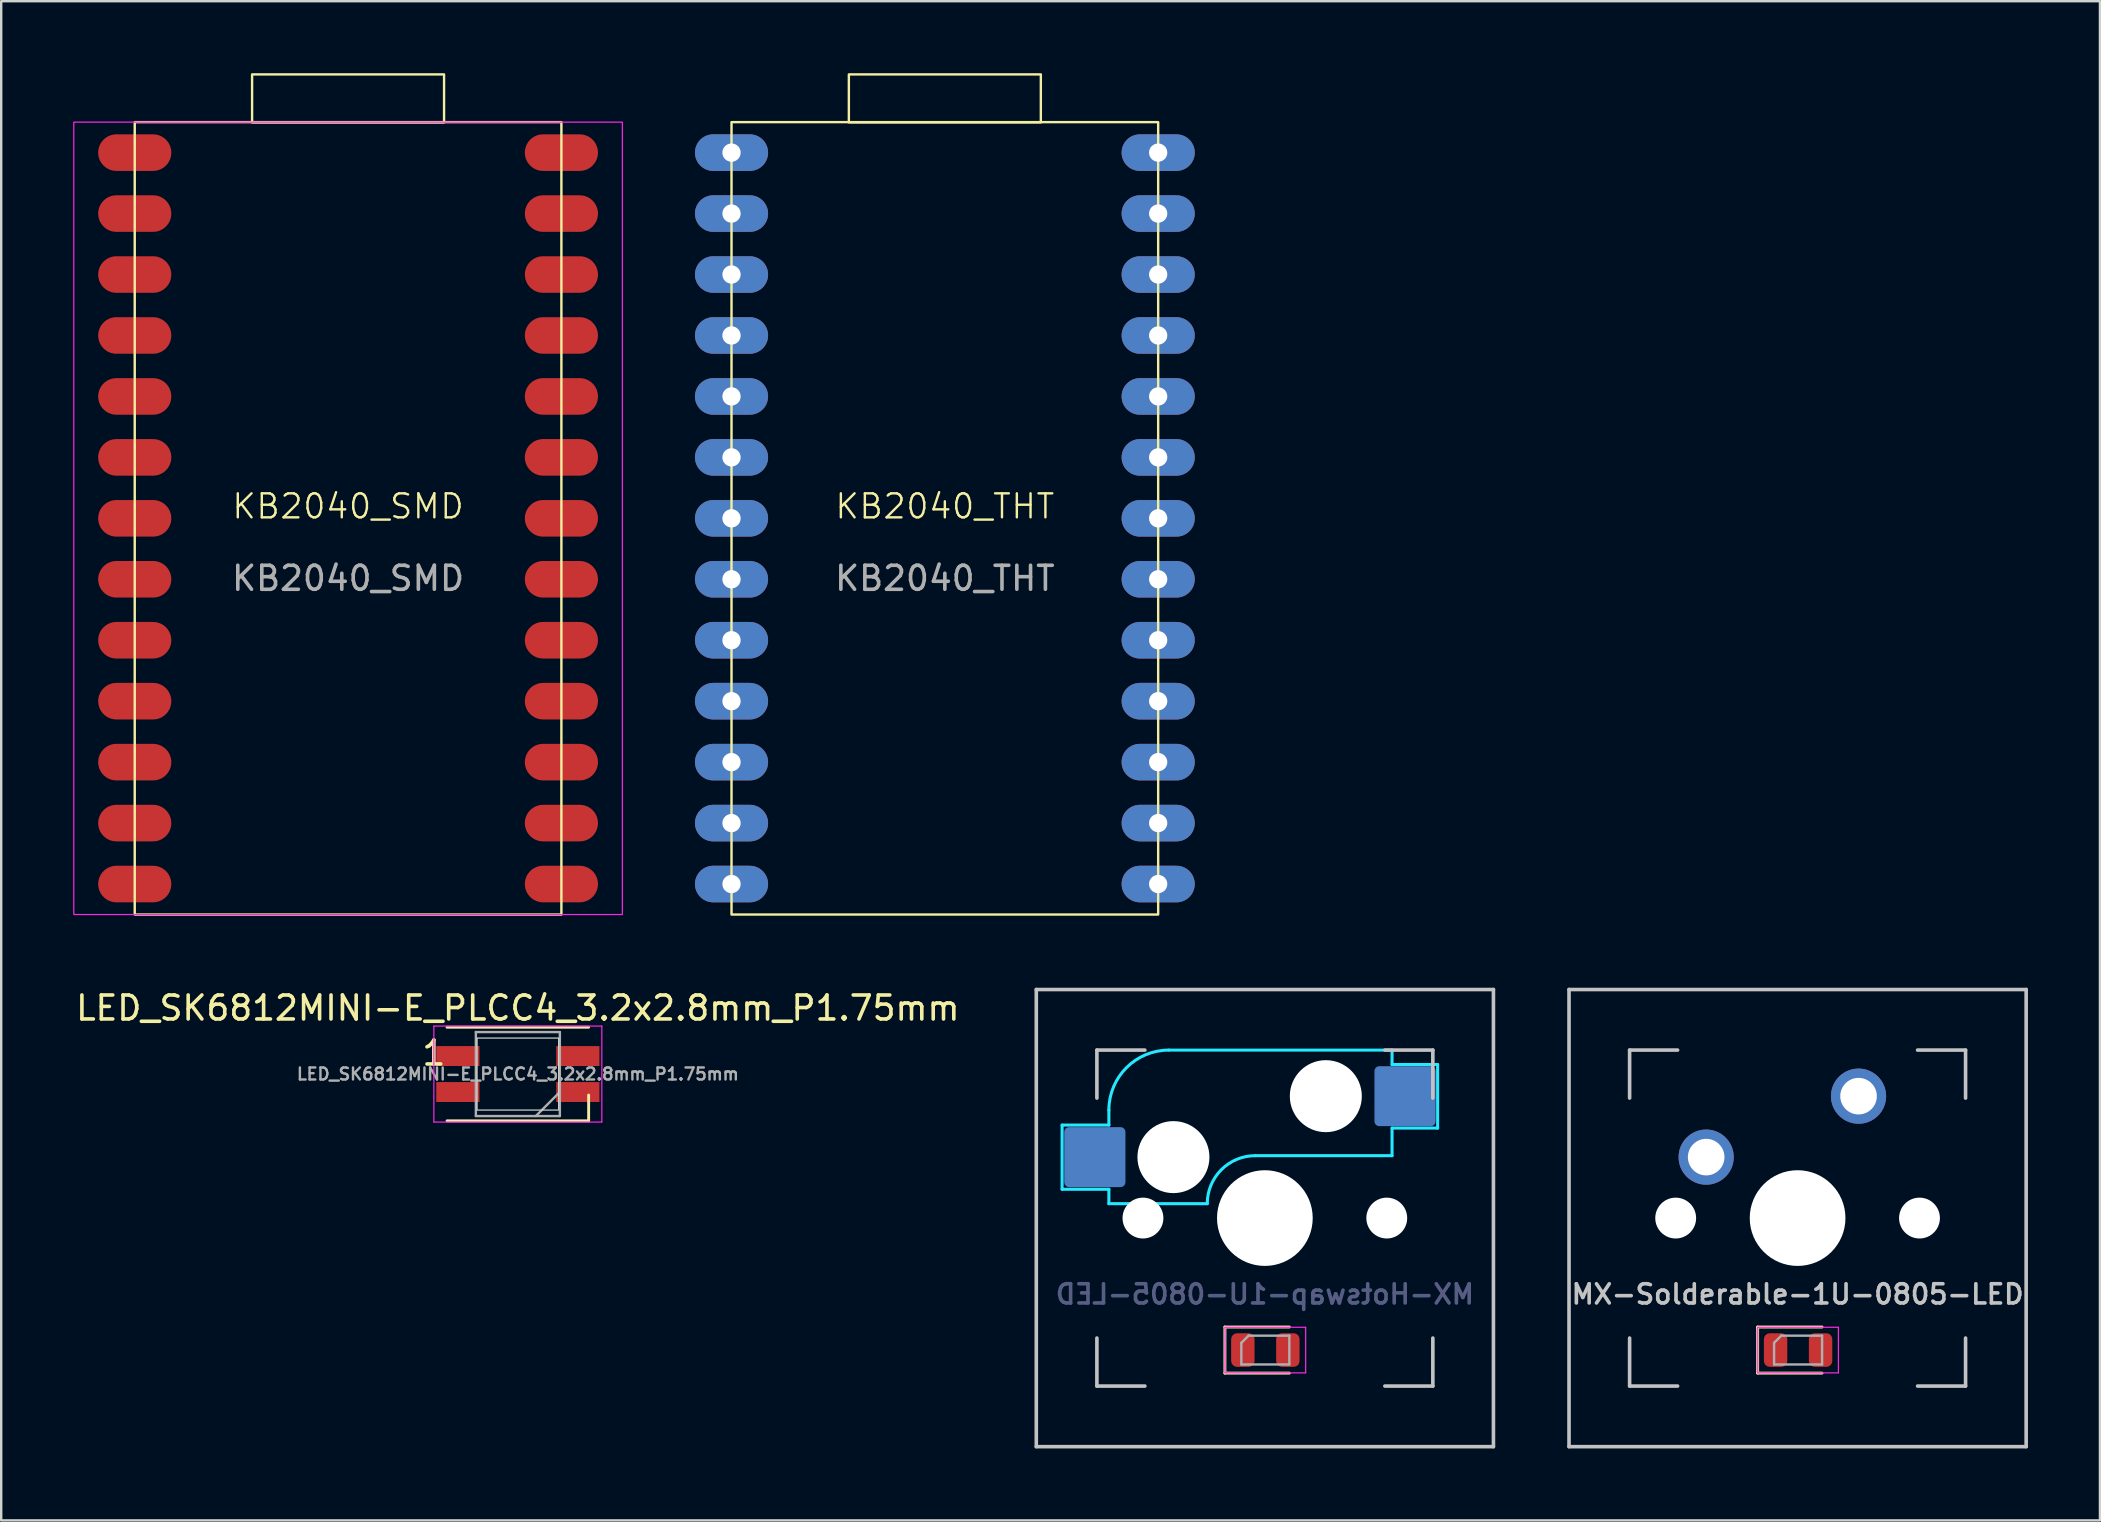
<source format=kicad_pcb>
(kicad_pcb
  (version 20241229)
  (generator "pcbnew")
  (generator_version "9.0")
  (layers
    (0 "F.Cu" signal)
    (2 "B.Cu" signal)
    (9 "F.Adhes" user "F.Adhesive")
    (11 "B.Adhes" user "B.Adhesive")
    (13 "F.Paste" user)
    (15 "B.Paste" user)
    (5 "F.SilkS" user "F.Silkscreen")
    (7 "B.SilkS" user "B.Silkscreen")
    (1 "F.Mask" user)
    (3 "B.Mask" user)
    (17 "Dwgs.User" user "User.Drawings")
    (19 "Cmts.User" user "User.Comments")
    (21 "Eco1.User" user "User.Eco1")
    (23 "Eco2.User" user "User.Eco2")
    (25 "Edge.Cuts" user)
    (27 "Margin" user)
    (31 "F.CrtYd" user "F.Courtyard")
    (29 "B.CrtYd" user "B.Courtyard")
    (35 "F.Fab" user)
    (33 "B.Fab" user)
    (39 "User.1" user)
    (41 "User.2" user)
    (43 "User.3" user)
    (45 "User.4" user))
  (footprint "KB2040_THT"
    (layer "F.Cu")
    (at 36.324 18.55)
    (property "Reference" "KB2040_THT" (at 0 -0.5 0) (unlocked yes) (layer "F.SilkS") (effects (font (size 1 1) (thickness 0.1))))
    (attr smd)
    (fp_rect (start -8.89 -16.51) (end 8.89 16.51) (stroke (width 0.1) (type default)) (fill no) (layer "F.SilkS"))
    (fp_rect (start -4 -18.5) (end 4 -16.5) (stroke (width 0.1) (type default)) (fill no) (layer "F.SilkS"))
    (fp_text user "${REFERENCE}" (at 0 2.5 0) (unlocked yes) (layer "F.Fab") (effects (font (size 1 1) (thickness 0.15))))
    (pad "1" thru_hole oval (at -8.89 -15.24 90) (size 1.524 3.048) (drill 0.762) (layers "*.Cu" "*.Mask"))
    (pad "2" thru_hole oval (at -8.89 -12.7 90) (size 1.524 3.048) (drill 0.762) (layers "*.Cu" "*.Mask"))
    (pad "3" thru_hole oval (at -8.89 -10.16 90) (size 1.524 3.048) (drill 0.762) (layers "*.Cu" "*.Mask"))
    (pad "4" thru_hole oval (at -8.89 -7.62 90) (size 1.524 3.048) (drill 0.762) (layers "*.Cu" "*.Mask"))
    (pad "5" thru_hole oval (at -8.89 -5.08 90) (size 1.524 3.048) (drill 0.762) (layers "*.Cu" "*.Mask"))
    (pad "6" thru_hole oval (at -8.89 -2.54 90) (size 1.524 3.048) (drill 0.762) (layers "*.Cu" "*.Mask"))
    (pad "7" thru_hole oval (at -8.89 0 90) (size 1.524 3.048) (drill 0.762) (layers "*.Cu" "*.Mask"))
    (pad "8" thru_hole oval (at -8.89 2.54 90) (size 1.524 3.048) (drill 0.762) (layers "*.Cu" "*.Mask"))
    (pad "9" thru_hole oval (at -8.89 5.08 90) (size 1.524 3.048) (drill 0.762) (layers "*.Cu" "*.Mask"))
    (pad "10" thru_hole oval (at -8.89 7.62 90) (size 1.524 3.048) (drill 0.762) (layers "*.Cu" "*.Mask"))
    (pad "11" thru_hole oval (at -8.89 10.16 90) (size 1.524 3.048) (drill 0.762) (layers "*.Cu" "*.Mask"))
    (pad "12" thru_hole oval (at -8.89 12.7 90) (size 1.524 3.048) (drill 0.762) (layers "*.Cu" "*.Mask"))
    (pad "13" thru_hole oval (at -8.89 15.24 90) (size 1.524 3.048) (drill 0.762) (layers "*.Cu" "*.Mask"))
    (pad "14" thru_hole oval (at 8.89 15.24 90) (size 1.524 3.048) (drill 0.762) (layers "*.Cu" "*.Mask"))
    (pad "15" thru_hole oval (at 8.89 12.7 90) (size 1.524 3.048) (drill 0.762) (layers "*.Cu" "*.Mask"))
    (pad "16" thru_hole oval (at 8.89 10.16 90) (size 1.524 3.048) (drill 0.762) (layers "*.Cu" "*.Mask"))
    (pad "17" thru_hole oval (at 8.89 7.62 90) (size 1.524 3.048) (drill 0.762) (layers "*.Cu" "*.Mask"))
    (pad "18" thru_hole oval (at 8.89 5.08 90) (size 1.524 3.048) (drill 0.762) (layers "*.Cu" "*.Mask"))
    (pad "19" thru_hole oval (at 8.89 2.54 90) (size 1.524 3.048) (drill 0.762) (layers "*.Cu" "*.Mask"))
    (pad "20" thru_hole oval (at 8.89 0 90) (size 1.524 3.048) (drill 0.762) (layers "*.Cu" "*.Mask"))
    (pad "21" thru_hole oval (at 8.89 -2.54 90) (size 1.524 3.048) (drill 0.762) (layers "*.Cu" "*.Mask"))
    (pad "22" thru_hole oval (at 8.89 -5.08 90) (size 1.524 3.048) (drill 0.762) (layers "*.Cu" "*.Mask"))
    (pad "23" thru_hole oval (at 8.89 -7.62 90) (size 1.524 3.048) (drill 0.762) (layers "*.Cu" "*.Mask"))
    (pad "24" thru_hole oval (at 8.89 -10.16 90) (size 1.524 3.048) (drill 0.762) (layers "*.Cu" "*.Mask"))
    (pad "25" thru_hole oval (at 8.89 -12.7 90) (size 1.524 3.048) (drill 0.762) (layers "*.Cu" "*.Mask"))
    (pad "26" thru_hole oval (at 8.89 -15.24 90) (size 1.524 3.048) (drill 0.762) (layers "*.Cu" "*.Mask")))
  (footprint "KB2040_SMD"
    (layer "F.Cu")
    (at 11.455 18.55)
    (property "Reference" "KB2040_SMD" (at 0 -0.5 0) (unlocked yes) (layer "F.SilkS") (effects (font (size 1 1) (thickness 0.1))))
    (attr smd)
    (fp_rect (start -8.89 -16.51) (end 8.89 16.51) (stroke (width 0.1) (type default)) (fill no) (layer "F.SilkS"))
    (fp_rect (start -4 -18.5) (end 4 -16.5) (stroke (width 0.1) (type default)) (fill no) (layer "F.SilkS"))
    (fp_rect (start -11.43 -16.51) (end 11.43 16.51) (stroke (width 0.05) (type default)) (fill no) (layer "F.CrtYd"))
    (fp_text user "${REFERENCE}" (at 0 2.5 0) (unlocked yes) (layer "F.Fab") (effects (font (size 1 1) (thickness 0.15))))
    (pad "1" smd oval (at -8.89 -15.24 90) (size 1.524 3.048) (layers "F.Cu" "F.Mask" "F.Paste"))
    (pad "2" smd oval (at -8.89 -12.7 90) (size 1.524 3.048) (layers "F.Cu" "F.Mask" "F.Paste"))
    (pad "3" smd oval (at -8.89 -10.16 90) (size 1.524 3.048) (layers "F.Cu" "F.Mask" "F.Paste"))
    (pad "4" smd oval (at -8.89 -7.62 90) (size 1.524 3.048) (layers "F.Cu" "F.Mask" "F.Paste"))
    (pad "5" smd oval (at -8.89 -5.08 90) (size 1.524 3.048) (layers "F.Cu" "F.Mask" "F.Paste"))
    (pad "6" smd oval (at -8.89 -2.54 90) (size 1.524 3.048) (layers "F.Cu" "F.Mask" "F.Paste"))
    (pad "7" smd oval (at -8.89 0 90) (size 1.524 3.048) (layers "F.Cu" "F.Mask" "F.Paste"))
    (pad "8" smd oval (at -8.89 2.54 90) (size 1.524 3.048) (layers "F.Cu" "F.Mask" "F.Paste"))
    (pad "9" smd oval (at -8.89 5.08 90) (size 1.524 3.048) (layers "F.Cu" "F.Mask" "F.Paste"))
    (pad "10" smd oval (at -8.89 7.62 90) (size 1.524 3.048) (layers "F.Cu" "F.Mask" "F.Paste"))
    (pad "11" smd oval (at -8.89 10.16 90) (size 1.524 3.048) (layers "F.Cu" "F.Mask" "F.Paste"))
    (pad "12" smd oval (at -8.89 12.7 90) (size 1.524 3.048) (layers "F.Cu" "F.Mask" "F.Paste"))
    (pad "13" smd oval (at -8.89 15.24 90) (size 1.524 3.048) (layers "F.Cu" "F.Mask" "F.Paste"))
    (pad "14" smd oval (at 8.89 15.24 90) (size 1.524 3.048) (layers "F.Cu" "F.Mask" "F.Paste"))
    (pad "15" smd oval (at 8.89 12.7 90) (size 1.524 3.048) (layers "F.Cu" "F.Mask" "F.Paste"))
    (pad "16" smd oval (at 8.89 10.16 90) (size 1.524 3.048) (layers "F.Cu" "F.Mask" "F.Paste"))
    (pad "17" smd oval (at 8.89 7.62 90) (size 1.524 3.048) (layers "F.Cu" "F.Mask" "F.Paste"))
    (pad "18" smd oval (at 8.89 5.08 90) (size 1.524 3.048) (layers "F.Cu" "F.Mask" "F.Paste"))
    (pad "19" smd oval (at 8.89 2.54 90) (size 1.524 3.048) (layers "F.Cu" "F.Mask" "F.Paste"))
    (pad "20" smd oval (at 8.89 0 90) (size 1.524 3.048) (layers "F.Cu" "F.Mask" "F.Paste"))
    (pad "21" smd oval (at 8.89 -2.54 90) (size 1.524 3.048) (layers "F.Cu" "F.Mask" "F.Paste"))
    (pad "22" smd oval (at 8.89 -5.08 90) (size 1.524 3.048) (layers "F.Cu" "F.Mask" "F.Paste"))
    (pad "23" smd oval (at 8.89 -7.62 90) (size 1.524 3.048) (layers "F.Cu" "F.Mask" "F.Paste"))
    (pad "24" smd oval (at 8.89 -10.16 90) (size 1.524 3.048) (layers "F.Cu" "F.Mask" "F.Paste"))
    (pad "25" smd oval (at 8.89 -12.7 90) (size 1.524 3.048) (layers "F.Cu" "F.Mask" "F.Paste"))
    (pad "26" smd oval (at 8.89 -15.24 90) (size 1.524 3.048) (layers "F.Cu" "F.Mask" "F.Paste")))
  (footprint "MX-Solderable-1U-0805-LED"
    (layer "F.Cu")
    (at 71.86 47.71)
    (property "Reference" "MX-Solderable-1U-0805-LED" (at 0 3.175 0) (layer "Dwgs.User") (effects (font (size 0.8 0.8) (thickness 0.15))))
    (attr through_hole)
    (fp_line (start -1.665 4.54) (end -1.665 6.46) (stroke (width 0.12) (type solid)) (layer "F.SilkS"))
    (fp_line (start -1.665 6.46) (end 1.02 6.46) (stroke (width 0.12) (type solid)) (layer "F.SilkS"))
    (fp_line (start 1.02 4.54) (end -1.665 4.54) (stroke (width 0.12) (type solid)) (layer "F.SilkS"))
    (fp_line (start -9.525 9.525) (end -9.525 -9.525) (stroke (width 0.15) (type solid)) (layer "Dwgs.User"))
    (fp_line (start -7 -7) (end -7 -5) (stroke (width 0.15) (type solid)) (layer "Dwgs.User"))
    (fp_line (start -7 5) (end -7 7) (stroke (width 0.15) (type solid)) (layer "Dwgs.User"))
    (fp_line (start -7 7) (end -5 7) (stroke (width 0.15) (type solid)) (layer "Dwgs.User"))
    (fp_line (start -5 -7) (end -7 -7) (stroke (width 0.15) (type solid)) (layer "Dwgs.User"))
    (fp_line (start 5 -7) (end 7 -7) (stroke (width 0.15) (type solid)) (layer "Dwgs.User"))
    (fp_line (start 5 7) (end 7 7) (stroke (width 0.15) (type solid)) (layer "Dwgs.User"))
    (fp_line (start 7 -7) (end 7 -5) (stroke (width 0.15) (type solid)) (layer "Dwgs.User"))
    (fp_line (start 7 7) (end 7 5) (stroke (width 0.15) (type solid)) (layer "Dwgs.User"))
    (fp_line (start 9.525 -9.525) (end -9.525 -9.525) (stroke (width 0.15) (type solid)) (layer "Dwgs.User"))
    (fp_line (start 9.525 9.525) (end -9.525 9.525) (stroke (width 0.15) (type solid)) (layer "Dwgs.User"))
    (fp_line (start 9.525 9.525) (end 9.525 -9.525) (stroke (width 0.15) (type solid)) (layer "Dwgs.User"))
    (fp_line (start -1.66 4.55) (end 1.7 4.55) (stroke (width 0.05) (type solid)) (layer "F.CrtYd"))
    (fp_line (start -1.66 6.45) (end -1.66 4.55) (stroke (width 0.05) (type solid)) (layer "F.CrtYd"))
    (fp_line (start 1.7 4.55) (end 1.7 6.45) (stroke (width 0.05) (type solid)) (layer "F.CrtYd"))
    (fp_line (start 1.7 6.45) (end -1.66 6.45) (stroke (width 0.05) (type solid)) (layer "F.CrtYd"))
    (fp_line (start -0.98 5.2) (end -0.98 6.1) (stroke (width 0.1) (type solid)) (layer "F.Fab"))
    (fp_line (start -0.98 6.1) (end 1.02 6.1) (stroke (width 0.1) (type solid)) (layer "F.Fab"))
    (fp_line (start -0.68 4.9) (end -0.98 5.2) (stroke (width 0.1) (type solid)) (layer "F.Fab"))
    (fp_line (start 1.02 4.9) (end -0.68 4.9) (stroke (width 0.1) (type solid)) (layer "F.Fab"))
    (fp_line (start 1.02 6.1) (end 1.02 4.9) (stroke (width 0.1) (type solid)) (layer "F.Fab"))
    (pad "" np_thru_hole circle (at -5.08 0 48.099) (size 1.702 1.702) (drill 1.702) (layers "*.Cu" "*.Mask"))
    (pad "" np_thru_hole circle (at 0 0) (size 3.988 3.988) (drill 3.988) (layers "*.Cu" "*.Mask"))
    (pad "" np_thru_hole circle (at 5.08 0 48.099) (size 1.702 1.702) (drill 1.702) (layers "*.Cu" "*.Mask"))
    (pad "1" thru_hole circle (at -3.81 -2.54) (size 2.3 2.3) (drill 1.524) (layers "*.Cu" "B.Mask"))
    (pad "2" thru_hole circle (at 2.54 -5.08) (size 2.3 2.3) (drill 1.524) (layers "*.Cu" "B.Mask"))
    (pad "3" smd roundrect (at -0.917 5.5) (size 0.975 1.4) (layers "F.Cu" "F.Mask" "F.Paste") (roundrect_rratio 0.25))
    (pad "4" smd roundrect (at 0.958 5.5) (size 0.975 1.4) (layers "F.Cu" "F.Mask" "F.Paste") (roundrect_rratio 0.25)))
  (footprint "LED_SK6812MINI-E_PLCC4_3.2x2.8mm_P1.75mm"
    (layer "F.Cu")
    (at 18.53 41.708)
    (property "Reference" "LED_SK6812MINI-E_PLCC4_3.2x2.8mm_P1.75mm" (at 0 -2.75 0) (layer "F.SilkS") (effects (font (size 1 1) (thickness 0.15))))
    (attr smd)
    (fp_line (start -2.95 -1.95) (end 2.95 -1.95) (stroke (width 0.12) (type solid)) (layer "F.SilkS"))
    (fp_line (start -2.95 1.95) (end 2.95 1.95) (stroke (width 0.12) (type solid)) (layer "F.SilkS"))
    (fp_line (start 2.95 1.95) (end 2.95 0.875) (stroke (width 0.12) (type solid)) (layer "F.SilkS"))
    (fp_rect (start -1.7 -1.5) (end 1.7 1.5) (stroke (width 0.05) (type default)) (fill no) (layer "Edge.Cuts"))
    (fp_line (start -3.5 -2) (end -3.5 2) (stroke (width 0.05) (type solid)) (layer "F.CrtYd"))
    (fp_line (start -3.5 2) (end 3.5 2) (stroke (width 0.05) (type solid)) (layer "F.CrtYd"))
    (fp_line (start 3.5 -2) (end -3.5 -2) (stroke (width 0.05) (type solid)) (layer "F.CrtYd"))
    (fp_line (start 3.5 2) (end 3.5 -2) (stroke (width 0.05) (type solid)) (layer "F.CrtYd"))
    (fp_line (start -1.75 -1.75) (end -1.75 1.75) (stroke (width 0.1) (type solid)) (layer "F.Fab"))
    (fp_line (start -1.75 1.75) (end 1.75 1.75) (stroke (width 0.1) (type solid)) (layer "F.Fab"))
    (fp_line (start 1.75 -1.75) (end -1.75 -1.75) (stroke (width 0.1) (type solid)) (layer "F.Fab"))
    (fp_line (start 1.75 0.75) (end 0.75 1.75) (stroke (width 0.1) (type solid)) (layer "F.Fab"))
    (fp_line (start 1.75 1.75) (end 1.75 -1.75) (stroke (width 0.1) (type solid)) (layer "F.Fab"))
    (fp_text user "1" (at -3.5 -0.875 0) (layer "F.SilkS") (effects (font (size 1 1) (thickness 0.15))))
    (fp_text user "${REFERENCE}" (at 0 0 0) (layer "F.Fab") (effects (font (size 0.5 0.5) (thickness 0.1))))
    (pad "1" smd rect (at -2.5 -0.75) (size 1.8 0.83) (layers "F.Cu" "F.Mask" "F.Paste"))
    (pad "2" smd rect (at -2.5 0.75) (size 1.8 0.83) (layers "F.Cu" "F.Mask" "F.Paste"))
    (pad "3" smd rect (at 2.5 0.75) (size 1.8 0.83) (layers "F.Cu" "F.Mask" "F.Paste"))
    (pad "4" smd rect (at 2.5 -0.75) (size 1.8 0.83) (layers "F.Cu" "F.Mask" "F.Paste")))
  (footprint "MX-Hotswap-1U-0805-LED"
    (layer "F.Cu")
    (at 49.66 47.71)
    (property "Reference" "MX-Hotswap-1U-0805-LED" (at 0 3.175 0) (layer "B.Fab") (effects (font (size 0.8 0.8) (thickness 0.15)) (justify mirror)))
    (attr smd)
    (fp_line (start -1.665 4.54) (end -1.665 6.46) (stroke (width 0.12) (type solid)) (layer "F.SilkS"))
    (fp_line (start -1.665 6.46) (end 1.02 6.46) (stroke (width 0.12) (type solid)) (layer "F.SilkS"))
    (fp_line (start 1.02 4.54) (end -1.665 4.54) (stroke (width 0.12) (type solid)) (layer "F.SilkS"))
    (fp_line (start -9.525 9.525) (end -9.525 -9.525) (stroke (width 0.15) (type solid)) (layer "Dwgs.User"))
    (fp_line (start -7 -7) (end -7 -5) (stroke (width 0.15) (type solid)) (layer "Dwgs.User"))
    (fp_line (start -7 5) (end -7 7) (stroke (width 0.15) (type solid)) (layer "Dwgs.User"))
    (fp_line (start -7 7) (end -5 7) (stroke (width 0.15) (type solid)) (layer "Dwgs.User"))
    (fp_line (start -5 -7) (end -7 -7) (stroke (width 0.15) (type solid)) (layer "Dwgs.User"))
    (fp_line (start 5 -7) (end 7 -7) (stroke (width 0.15) (type solid)) (layer "Dwgs.User"))
    (fp_line (start 5 7) (end 7 7) (stroke (width 0.15) (type solid)) (layer "Dwgs.User"))
    (fp_line (start 7 -7) (end 7 -5) (stroke (width 0.15) (type solid)) (layer "Dwgs.User"))
    (fp_line (start 7 7) (end 7 5) (stroke (width 0.15) (type solid)) (layer "Dwgs.User"))
    (fp_line (start 9.525 -9.525) (end -9.525 -9.525) (stroke (width 0.15) (type solid)) (layer "Dwgs.User"))
    (fp_line (start 9.525 9.525) (end -9.525 9.525) (stroke (width 0.15) (type solid)) (layer "Dwgs.User"))
    (fp_line (start 9.525 9.525) (end 9.525 -9.525) (stroke (width 0.15) (type solid)) (layer "Dwgs.User"))
    (fp_line (start -8.45 -3.875) (end -8.45 -1.2) (stroke (width 0.127) (type solid)) (layer "B.CrtYd"))
    (fp_line (start -8.45 -1.2) (end -6.5 -1.2) (stroke (width 0.127) (type solid)) (layer "B.CrtYd"))
    (fp_line (start -6.5 -4.5) (end -6.5 -3.875) (stroke (width 0.127) (type solid)) (layer "B.CrtYd"))
    (fp_line (start -6.5 -3.875) (end -8.45 -3.875) (stroke (width 0.127) (type solid)) (layer "B.CrtYd"))
    (fp_line (start -6.5 -0.6) (end -6.5 -1.2) (stroke (width 0.127) (type solid)) (layer "B.CrtYd"))
    (fp_line (start -6.5 -0.6) (end -2.4 -0.6) (stroke (width 0.127) (type solid)) (layer "B.CrtYd"))
    (fp_line (start -0.4 -2.6) (end 5.3 -2.6) (stroke (width 0.127) (type solid)) (layer "B.CrtYd"))
    (fp_line (start 5.3 -7) (end -4 -7) (stroke (width 0.127) (type solid)) (layer "B.CrtYd"))
    (fp_line (start 5.3 -7) (end 5.3 -6.4) (stroke (width 0.127) (type solid)) (layer "B.CrtYd"))
    (fp_line (start 5.3 -6.4) (end 7.2 -6.4) (stroke (width 0.127) (type solid)) (layer "B.CrtYd"))
    (fp_line (start 5.3 -2.6) (end 5.3 -3.75) (stroke (width 0.127) (type solid)) (layer "B.CrtYd"))
    (fp_line (start 7.2 -6.4) (end 7.2 -3.75) (stroke (width 0.127) (type solid)) (layer "B.CrtYd"))
    (fp_line (start 7.2 -3.75) (end 5.3 -3.75) (stroke (width 0.127) (type solid)) (layer "B.CrtYd"))
    (fp_arc (start -6.5 -4.5) (mid -5.767767 -6.267767) (end -4 -7) (stroke (width 0.127) (type solid)) (layer "B.CrtYd"))
    (fp_arc (start -2.4 -0.6) (mid -1.814214 -2.014214) (end -0.4 -2.6) (stroke (width 0.127) (type solid)) (layer "B.CrtYd"))
    (fp_line (start -1.66 4.55) (end 1.7 4.55) (stroke (width 0.05) (type solid)) (layer "F.CrtYd"))
    (fp_line (start -1.66 6.45) (end -1.66 4.55) (stroke (width 0.05) (type solid)) (layer "F.CrtYd"))
    (fp_line (start 1.7 4.55) (end 1.7 6.45) (stroke (width 0.05) (type solid)) (layer "F.CrtYd"))
    (fp_line (start 1.7 6.45) (end -1.66 6.45) (stroke (width 0.05) (type solid)) (layer "F.CrtYd"))
    (fp_line (start -0.98 5.2) (end -0.98 6.1) (stroke (width 0.1) (type solid)) (layer "F.Fab"))
    (fp_line (start -0.98 6.1) (end 1.02 6.1) (stroke (width 0.1) (type solid)) (layer "F.Fab"))
    (fp_line (start -0.68 4.9) (end -0.98 5.2) (stroke (width 0.1) (type solid)) (layer "F.Fab"))
    (fp_line (start 1.02 4.9) (end -0.68 4.9) (stroke (width 0.1) (type solid)) (layer "F.Fab"))
    (fp_line (start 1.02 6.1) (end 1.02 4.9) (stroke (width 0.1) (type solid)) (layer "F.Fab"))
    (pad "" np_thru_hole circle (at -5.08 0 48.099) (size 1.702 1.702) (drill 1.702) (layers "*.Cu" "*.Mask"))
    (pad "" np_thru_hole circle (at -3.81 -2.54) (size 3 3) (drill 3) (layers "*.Cu" "*.Mask"))
    (pad "" np_thru_hole circle (at 0 0) (size 3.988 3.988) (drill 3.988) (layers "*.Cu" "*.Mask"))
    (pad "" np_thru_hole circle (at 2.54 -5.08) (size 3 3) (drill 3) (layers "*.Cu" "*.Mask"))
    (pad "" np_thru_hole circle (at 5.08 0 48.099) (size 1.702 1.702) (drill 1.702) (layers "*.Cu" "*.Mask"))
    (pad "1" smd roundrect (at -7.085 -2.54) (size 2.55 2.5) (layers "B.Cu" "B.Mask" "B.Paste") (roundrect_rratio 0.08))
    (pad "2" smd roundrect (at 5.842 -5.08) (size 2.55 2.5) (layers "B.Cu" "B.Mask" "B.Paste") (roundrect_rratio 0.08))
    (pad "3" smd roundrect (at -0.917 5.5) (size 0.975 1.4) (layers "F.Cu" "F.Mask" "F.Paste") (roundrect_rratio 0.25))
    (pad "4" smd roundrect (at 0.958 5.5) (size 0.975 1.4) (layers "F.Cu" "F.Mask" "F.Paste") (roundrect_rratio 0.25)))
  (gr_rect
    (start -3 -3)
    (end 84.46 60.31)
    (stroke (width 0.1) (type default))
    (fill no)
    (layer "Edge.Cuts")))
</source>
